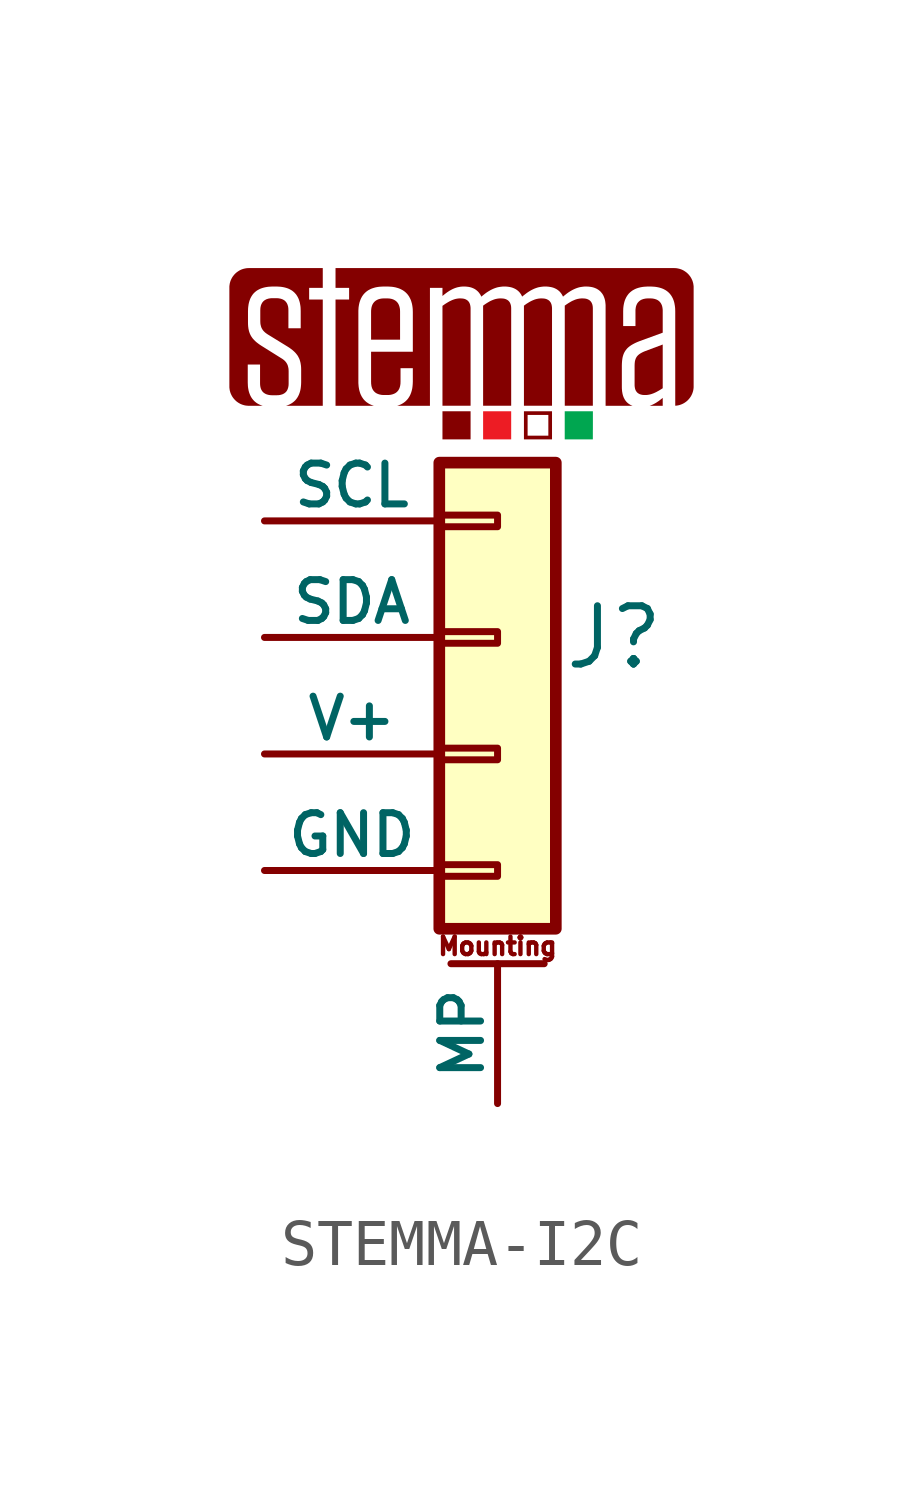
<source format=kicad_sym>
(kicad_symbol_lib
  (version 20231120)
  (generator "kicad_symbol_editor")
  (generator_version "8.0")
  (symbol "STEMMA-I2C"
    (pin_numbers hide)
    (pin_names
      (offset 0))
    (property "Reference" "J"
      (at 2.54 0 0)
      (effects (font (size 1.27 1.27))))
    (symbol "STEMMA-I2C_1_0"
      (polyline (pts (xy -0.588 4.317) (xy -1.201 4.317) (xy -1.201 4.93) (xy -0.588 4.93) (xy -0.588 4.317)) (stroke (width -0.0001) (type solid)) (fill (type outline)))
      (polyline (pts (xy 0.297 4.317) (xy -0.315 4.317) (xy -0.315 4.93) (xy 0.297 4.93) (xy 0.297 4.317)) (stroke (width -0.0001) (type solid)) (fill (type color) (color 237 28 36 1)))
      (polyline (pts (xy 2.078 4.527) (xy 2.077 4.527) (xy 2.077 4.317) (xy 1.464 4.317) (xy 1.464 4.93) (xy 2.078 4.93) (xy 2.078 4.527)) (stroke (width -0.0001) (type solid)) (fill (type color) (color 0 166 80 1)))
      (polyline (pts (xy 1.187 4.317) (xy 0.575 4.317) (xy 0.575 4.398) (xy 0.655 4.398) (xy 1.107 4.398) (xy 1.107 4.85) (xy 0.655 4.85) (xy 0.655 4.398) (xy 0.575 4.398) (xy 0.575 4.93) (xy 1.187 4.93) (xy 1.187 4.317)) (stroke (width -0.0001) (type solid)) (fill (type outline)))
      (polyline (pts (xy 3.6 5.049) (xy 3.314 5.049) (xy 3.334 5.056) (xy 3.354 5.064) (xy 3.373 5.072) (xy 3.392 5.081) (xy 3.41 5.09) (xy 3.428 5.1) (xy 3.446 5.11) (xy 3.464 5.121) (xy 3.481 5.133) (xy 3.499 5.144) (xy 3.516 5.156) (xy 3.533 5.169) (xy 3.566 5.195) (xy 3.6 5.222) (xy 3.6 5.049)) (stroke (width -0.0001) (type solid)) (fill (type outline)))
      (polyline (pts (xy -0.782 7.389) (xy -0.77 7.388) (xy -0.758 7.387) (xy -0.746 7.385) (xy -0.735 7.383) (xy -0.724 7.38) (xy -0.713 7.377) (xy -0.703 7.373) (xy -0.694 7.369) (xy -0.684 7.364) (xy -0.676 7.359) (xy -0.667 7.354) (xy -0.659 7.348) (xy -0.652 7.342) (xy -0.644 7.335) (xy -0.638 7.328) (xy -0.631 7.32) (xy -0.625 7.312) (xy -0.62 7.304) (xy -0.615 7.295) (xy -0.61 7.285) (xy -0.606 7.275) (xy -0.602 7.265) (xy -0.599 7.254) (xy -0.596 7.243) (xy -0.594 7.231) (xy -0.592 7.219) (xy -0.59 7.206) (xy -0.589 7.193) (xy -0.588 7.179) (xy -0.588 7.165) (xy -0.588 5.051) (xy -1.201 5.051) (xy -1.201 7.228) (xy -1.172 7.248) (xy -1.144 7.268) (xy -1.117 7.285) (xy -1.091 7.301) (xy -1.065 7.316) (xy -1.04 7.33) (xy -1.016 7.341) (xy -0.993 7.352) (xy -0.97 7.361) (xy -0.947 7.369) (xy -0.924 7.376) (xy -0.902 7.381) (xy -0.88 7.385) (xy -0.858 7.388) (xy -0.836 7.39) (xy -0.813 7.39) (xy -0.808 7.39) (xy -0.782 7.389)) (stroke (width -0.0001) (type solid)) (fill (type outline)))
      (polyline (pts (xy 0.099 7.389) (xy 0.112 7.388) (xy 0.125 7.387) (xy 0.137 7.385) (xy 0.148 7.383) (xy 0.16 7.38) (xy 0.17 7.377) (xy 0.18 7.373) (xy 0.19 7.369) (xy 0.2 7.364) (xy 0.209 7.359) (xy 0.217 7.354) (xy 0.226 7.348) (xy 0.233 7.342) (xy 0.241 7.335) (xy 0.247 7.328) (xy 0.254 7.32) (xy 0.26 7.312) (xy 0.265 7.304) (xy 0.271 7.295) (xy 0.275 7.285) (xy 0.279 7.275) (xy 0.283 7.265) (xy 0.286 7.254) (xy 0.289 7.243) (xy 0.292 7.231) (xy 0.294 7.219) (xy 0.295 7.206) (xy 0.296 7.193) (xy 0.297 7.179) (xy 0.297 7.165) (xy 0.297 5.051) (xy -0.315 5.051) (xy -0.315 7.232) (xy -0.285 7.254) (xy -0.257 7.273) (xy -0.229 7.291) (xy -0.202 7.307) (xy -0.177 7.322) (xy -0.152 7.335) (xy -0.128 7.346) (xy -0.104 7.356) (xy -0.081 7.365) (xy -0.059 7.372) (xy -0.037 7.378) (xy -0.016 7.382) (xy 0.005 7.386) (xy 0.026 7.388) (xy 0.047 7.39) (xy 0.068 7.39) (xy 0.072 7.39) (xy 0.099 7.389)) (stroke (width -0.0001) (type solid)) (fill (type outline)))
      (polyline (pts (xy 0.989 7.389) (xy 1.002 7.388) (xy 1.014 7.387) (xy 1.026 7.385) (xy 1.038 7.383) (xy 1.049 7.38) (xy 1.06 7.377) (xy 1.07 7.373) (xy 1.08 7.369) (xy 1.089 7.364) (xy 1.098 7.359) (xy 1.107 7.354) (xy 1.115 7.348) (xy 1.123 7.342) (xy 1.13 7.335) (xy 1.137 7.328) (xy 1.143 7.32) (xy 1.149 7.312) (xy 1.155 7.304) (xy 1.16 7.295) (xy 1.165 7.285) (xy 1.169 7.275) (xy 1.173 7.265) (xy 1.176 7.254) (xy 1.179 7.243) (xy 1.181 7.231) (xy 1.183 7.219) (xy 1.185 7.206) (xy 1.186 7.193) (xy 1.187 7.179) (xy 1.187 7.165) (xy 1.187 5.051) (xy 0.575 5.051) (xy 0.575 7.218) (xy 0.575 7.22) (xy 0.575 7.222) (xy 0.575 7.225) (xy 0.575 7.229) (xy 0.575 7.232) (xy 0.605 7.254) (xy 0.633 7.274) (xy 0.661 7.291) (xy 0.688 7.308) (xy 0.713 7.322) (xy 0.738 7.335) (xy 0.762 7.346) (xy 0.786 7.356) (xy 0.808 7.365) (xy 0.831 7.372) (xy 0.853 7.378) (xy 0.874 7.382) (xy 0.895 7.386) (xy 0.916 7.388) (xy 0.937 7.39) (xy 0.957 7.39) (xy 0.962 7.39) (xy 0.989 7.389)) (stroke (width -0.0001) (type solid)) (fill (type outline)))
      (polyline (pts (xy 1.879 7.389) (xy 1.892 7.388) (xy 1.905 7.387) (xy 1.917 7.385) (xy 1.928 7.383) (xy 1.94 7.38) (xy 1.95 7.377) (xy 1.96 7.373) (xy 1.97 7.369) (xy 1.98 7.364) (xy 1.989 7.359) (xy 1.997 7.354) (xy 2.006 7.348) (xy 2.013 7.342) (xy 2.021 7.335) (xy 2.027 7.328) (xy 2.034 7.32) (xy 2.04 7.312) (xy 2.045 7.304) (xy 2.05 7.295) (xy 2.055 7.285) (xy 2.059 7.275) (xy 2.063 7.265) (xy 2.067 7.254) (xy 2.069 7.243) (xy 2.072 7.231) (xy 2.074 7.219) (xy 2.075 7.206) (xy 2.076 7.193) (xy 2.077 7.179) (xy 2.077 7.165) (xy 2.077 5.051) (xy 1.465 5.051) (xy 1.465 7.218) (xy 1.465 7.22) (xy 1.465 7.222) (xy 1.464 7.227) (xy 1.464 7.231) (xy 1.464 7.236) (xy 1.465 7.232) (xy 1.495 7.254) (xy 1.523 7.273) (xy 1.551 7.291) (xy 1.578 7.307) (xy 1.603 7.322) (xy 1.628 7.335) (xy 1.653 7.346) (xy 1.676 7.356) (xy 1.699 7.365) (xy 1.721 7.372) (xy 1.743 7.378) (xy 1.764 7.382) (xy 1.785 7.386) (xy 1.806 7.388) (xy 1.827 7.39) (xy 1.848 7.39) (xy 1.852 7.39) (xy 1.879 7.389)) (stroke (width -0.0001) (type solid)) (fill (type outline)))
      (polyline (pts (xy -2.394 7.39) (xy -2.377 7.389) (xy -2.361 7.388) (xy -2.345 7.386) (xy -2.329 7.383) (xy -2.314 7.38) (xy -2.3 7.376) (xy -2.287 7.372) (xy -2.273 7.367) (xy -2.261 7.361) (xy -2.249 7.355) (xy -2.237 7.348) (xy -2.226 7.341) (xy -2.216 7.333) (xy -2.206 7.325) (xy -2.197 7.316) (xy -2.188 7.307) (xy -2.18 7.296) (xy -2.172 7.286) (xy -2.165 7.275) (xy -2.159 7.263) (xy -2.153 7.251) (xy -2.148 7.238) (xy -2.143 7.225) (xy -2.139 7.211) (xy -2.135 7.196) (xy -2.132 7.181) (xy -2.129 7.166) (xy -2.127 7.15) (xy -2.126 7.133) (xy -2.125 7.098) (xy -2.125 6.49) (xy -2.757 6.49) (xy -2.757 7.098) (xy -2.756 7.133) (xy -2.754 7.15) (xy -2.752 7.166) (xy -2.75 7.181) (xy -2.747 7.196) (xy -2.743 7.211) (xy -2.739 7.225) (xy -2.734 7.238) (xy -2.729 7.251) (xy -2.723 7.263) (xy -2.716 7.275) (xy -2.709 7.286) (xy -2.701 7.296) (xy -2.693 7.307) (xy -2.684 7.316) (xy -2.675 7.325) (xy -2.665 7.333) (xy -2.655 7.341) (xy -2.643 7.348) (xy -2.632 7.355) (xy -2.619 7.361) (xy -2.607 7.367) (xy -2.593 7.372) (xy -2.579 7.376) (xy -2.565 7.38) (xy -2.549 7.383) (xy -2.534 7.386) (xy -2.517 7.388) (xy -2.5 7.389) (xy -2.483 7.39) (xy -2.465 7.39) (xy -2.412 7.39) (xy -2.394 7.39)) (stroke (width -0.0001) (type solid)) (fill (type outline)))
      (polyline (pts (xy 3.6 5.432) (xy 3.572 5.414) (xy 3.544 5.397) (xy 3.518 5.381) (xy 3.492 5.367) (xy 3.467 5.353) (xy 3.443 5.341) (xy 3.419 5.33) (xy 3.396 5.32) (xy 3.373 5.312) (xy 3.35 5.304) (xy 3.328 5.298) (xy 3.306 5.293) (xy 3.284 5.289) (xy 3.261 5.286) (xy 3.239 5.284) (xy 3.217 5.284) (xy 3.212 5.284) (xy 3.185 5.285) (xy 3.172 5.286) (xy 3.16 5.287) (xy 3.148 5.289) (xy 3.136 5.292) (xy 3.125 5.294) (xy 3.114 5.298) (xy 3.104 5.301) (xy 3.094 5.305) (xy 3.085 5.31) (xy 3.076 5.315) (xy 3.067 5.32) (xy 3.059 5.326) (xy 3.051 5.332) (xy 3.044 5.339) (xy 3.037 5.346) (xy 3.031 5.354) (xy 3.025 5.362) (xy 3.019 5.37) (xy 3.014 5.379) (xy 3.009 5.389) (xy 3.005 5.399) (xy 3.001 5.409) (xy 2.998 5.42) (xy 2.995 5.431) (xy 2.993 5.443) (xy 2.991 5.455) (xy 2.989 5.468) (xy 2.988 5.481) (xy 2.987 5.495) (xy 2.987 5.509) (xy 2.987 5.925) (xy 2.988 5.956) (xy 2.99 5.984) (xy 2.993 6.011) (xy 2.995 6.023) (xy 2.998 6.035) (xy 3.001 6.047) (xy 3.005 6.058) (xy 3.008 6.069) (xy 3.013 6.08) (xy 3.017 6.09) (xy 3.023 6.1) (xy 3.028 6.109) (xy 3.034 6.119) (xy 3.041 6.128) (xy 3.048 6.136) (xy 3.056 6.145) (xy 3.064 6.153) (xy 3.073 6.161) (xy 3.082 6.168) (xy 3.092 6.176) (xy 3.102 6.183) (xy 3.113 6.19) (xy 3.125 6.197) (xy 3.15 6.211) (xy 3.177 6.224) (xy 3.207 6.237) (xy 3.6 6.385) (xy 3.6 5.432)) (stroke (width -0.0001) (type solid)) (fill (type outline)))
      (polyline (pts (xy -3.81 7.62) (xy -4.107 7.62) (xy -4.107 7.366) (xy -3.81 7.366) (xy -3.81 5.049) (xy -4.611 5.049) (xy -4.572 5.063) (xy -4.534 5.079) (xy -4.499 5.098) (xy -4.467 5.119) (xy -4.438 5.142) (xy -4.41 5.168) (xy -4.386 5.197) (xy -4.364 5.228) (xy -4.345 5.261) (xy -4.328 5.297) (xy -4.314 5.335) (xy -4.302 5.376) (xy -4.293 5.419) (xy -4.287 5.464) (xy -4.283 5.512) (xy -4.281 5.561) (xy -4.281 5.834) (xy -4.282 5.879) (xy -4.285 5.921) (xy -4.288 5.941) (xy -4.291 5.96) (xy -4.294 5.979) (xy -4.298 5.998) (xy -4.303 6.016) (xy -4.308 6.033) (xy -4.313 6.05) (xy -4.319 6.067) (xy -4.326 6.083) (xy -4.334 6.098) (xy -4.342 6.114) (xy -4.35 6.129) (xy -4.359 6.144) (xy -4.369 6.158) (xy -4.38 6.172) (xy -4.391 6.186) (xy -4.402 6.199) (xy -4.414 6.212) (xy -4.427 6.225) (xy -4.441 6.238) (xy -4.47 6.264) (xy -4.502 6.288) (xy -4.536 6.313) (xy -4.573 6.337) (xy -5.009 6.605) (xy -5.03 6.619) (xy -5.049 6.633) (xy -5.067 6.647) (xy -5.083 6.662) (xy -5.098 6.677) (xy -5.111 6.692) (xy -5.123 6.709) (xy -5.133 6.726) (xy -5.143 6.744) (xy -5.151 6.763) (xy -5.157 6.782) (xy -5.162 6.803) (xy -5.167 6.825) (xy -5.17 6.848) (xy -5.171 6.872) (xy -5.172 6.897) (xy -5.172 7.132) (xy -5.171 7.148) (xy -5.171 7.163) (xy -5.169 7.178) (xy -5.168 7.192) (xy -5.165 7.207) (xy -5.162 7.22) (xy -5.159 7.233) (xy -5.155 7.245) (xy -5.15 7.258) (xy -5.145 7.269) (xy -5.139 7.28) (xy -5.133 7.291) (xy -5.127 7.301) (xy -5.12 7.31) (xy -5.112 7.319) (xy -5.104 7.328) (xy -5.095 7.336) (xy -5.085 7.344) (xy -5.076 7.351) (xy -5.065 7.357) (xy -5.054 7.363) (xy -5.043 7.369) (xy -5.031 7.374) (xy -5.018 7.378) (xy -5.005 7.382) (xy -4.992 7.386) (xy -4.978 7.388) (xy -4.963 7.391) (xy -4.948 7.393) (xy -4.932 7.394) (xy -4.916 7.395) (xy -4.899 7.395) (xy -4.832 7.395) (xy -4.815 7.395) (xy -4.798 7.394) (xy -4.782 7.393) (xy -4.767 7.391) (xy -4.752 7.388) (xy -4.737 7.386) (xy -4.724 7.382) (xy -4.71 7.378) (xy -4.698 7.374) (xy -4.686 7.369) (xy -4.674 7.363) (xy -4.663 7.357) (xy -4.653 7.351) (xy -4.643 7.344) (xy -4.634 7.336) (xy -4.625 7.328) (xy -4.617 7.319) (xy -4.61 7.31) (xy -4.603 7.301) (xy -4.596 7.291) (xy -4.59 7.28) (xy -4.585 7.269) (xy -4.58 7.258) (xy -4.575 7.245) (xy -4.572 7.233) (xy -4.568 7.22) (xy -4.565 7.207) (xy -4.563 7.192) (xy -4.561 7.178) (xy -4.56 7.163) (xy -4.559 7.132) (xy -4.559 6.739) (xy -4.291 6.739) (xy -4.291 7.113) (xy -4.293 7.176) (xy -4.295 7.207) (xy -4.299 7.236) (xy -4.304 7.264) (xy -4.309 7.292) (xy -4.316 7.318) (xy -4.324 7.344) (xy -4.332 7.368) (xy -4.342 7.392) (xy -4.353 7.414) (xy -4.365 7.436) (xy -4.378 7.456) (xy -4.391 7.476) (xy -4.407 7.494) (xy -4.423 7.512) (xy -4.44 7.528) (xy -4.458 7.543) (xy -4.477 7.558) (xy -4.498 7.571) (xy -4.519 7.583) (xy -4.542 7.595) (xy -4.565 7.605) (xy -4.59 7.614) (xy -4.616 7.622) (xy -4.643 7.629) (xy -4.67 7.635) (xy -4.7 7.64) (xy -4.73 7.644) (xy -4.761 7.646) (xy -4.793 7.648) (xy -4.827 7.649) (xy -4.894 7.649) (xy -4.928 7.648) (xy -4.961 7.646) (xy -4.993 7.644) (xy -5.023 7.64) (xy -5.053 7.635) (xy -5.081 7.629) (xy -5.109 7.622) (xy -5.135 7.614) (xy -5.16 7.605) (xy -5.184 7.595) (xy -5.207 7.583) (xy -5.229 7.571) (xy -5.25 7.558) (xy -5.269 7.543) (xy -5.288 7.528) (xy -5.305 7.511) (xy -5.322 7.494) (xy -5.337 7.475) (xy -5.351 7.455) (xy -5.364 7.435) (xy -5.376 7.413) (xy -5.388 7.39) (xy -5.397 7.367) (xy -5.406 7.342) (xy -5.414 7.316) (xy -5.421 7.289) (xy -5.427 7.261) (xy -5.431 7.233) (xy -5.435 7.203) (xy -5.438 7.172) (xy -5.44 7.108) (xy -5.44 6.864) (xy -5.439 6.818) (xy -5.436 6.776) (xy -5.433 6.756) (xy -5.431 6.736) (xy -5.427 6.717) (xy -5.423 6.698) (xy -5.419 6.68) (xy -5.414 6.663) (xy -5.408 6.646) (xy -5.402 6.629) (xy -5.395 6.613) (xy -5.388 6.598) (xy -5.38 6.582) (xy -5.372 6.567) (xy -5.362 6.553) (xy -5.353 6.539) (xy -5.343 6.525) (xy -5.332 6.511) (xy -5.32 6.498) (xy -5.308 6.485) (xy -5.282 6.459) (xy -5.254 6.434) (xy -5.223 6.41) (xy -5.189 6.385) (xy -5.153 6.361) (xy -4.717 6.088) (xy -4.696 6.075) (xy -4.677 6.062) (xy -4.659 6.048) (xy -4.643 6.034) (xy -4.628 6.019) (xy -4.615 6.003) (xy -4.603 5.987) (xy -4.593 5.97) (xy -4.583 5.952) (xy -4.575 5.933) (xy -4.569 5.913) (xy -4.564 5.893) (xy -4.559 5.871) (xy -4.556 5.849) (xy -4.555 5.825) (xy -4.554 5.801) (xy -4.554 5.538) (xy -4.555 5.506) (xy -4.556 5.491) (xy -4.558 5.477) (xy -4.561 5.463) (xy -4.563 5.45) (xy -4.567 5.437) (xy -4.571 5.425) (xy -4.575 5.413) (xy -4.58 5.401) (xy -4.585 5.391) (xy -4.591 5.38) (xy -4.598 5.37) (xy -4.604 5.361) (xy -4.612 5.352) (xy -4.62 5.344) (xy -4.629 5.336) (xy -4.638 5.329) (xy -4.647 5.322) (xy -4.658 5.316) (xy -4.668 5.31) (xy -4.679 5.304) (xy -4.691 5.3) (xy -4.704 5.295) (xy -4.717 5.292) (xy -4.73 5.288) (xy -4.744 5.285) (xy -4.759 5.283) (xy -4.774 5.281) (xy -4.789 5.28) (xy -4.822 5.279) (xy -4.904 5.279) (xy -4.92 5.279) (xy -4.937 5.28) (xy -4.952 5.281) (xy -4.968 5.283) (xy -4.982 5.285) (xy -4.996 5.288) (xy -5.01 5.292) (xy -5.023 5.295) (xy -5.036 5.3) (xy -5.048 5.304) (xy -5.059 5.31) (xy -5.07 5.316) (xy -5.08 5.322) (xy -5.09 5.329) (xy -5.1 5.336) (xy -5.108 5.344) (xy -5.117 5.352) (xy -5.124 5.361) (xy -5.131 5.37) (xy -5.138 5.38) (xy -5.144 5.391) (xy -5.15 5.401) (xy -5.155 5.413) (xy -5.16 5.425) (xy -5.163 5.437) (xy -5.167 5.45) (xy -5.17 5.463) (xy -5.172 5.477) (xy -5.174 5.491) (xy -5.176 5.506) (xy -5.176 5.522) (xy -5.177 5.538) (xy -5.177 5.949) (xy -5.445 5.949) (xy -5.445 5.557) (xy -5.443 5.508) (xy -5.442 5.484) (xy -5.44 5.461) (xy -5.437 5.438) (xy -5.433 5.416) (xy -5.429 5.395) (xy -5.425 5.374) (xy -5.419 5.353) (xy -5.413 5.333) (xy -5.406 5.314) (xy -5.399 5.296) (xy -5.391 5.278) (xy -5.383 5.26) (xy -5.373 5.243) (xy -5.364 5.227) (xy -5.353 5.211) (xy -5.342 5.196) (xy -5.33 5.182) (xy -5.318 5.168) (xy -5.305 5.154) (xy -5.291 5.142) (xy -5.277 5.13) (xy -5.262 5.118) (xy -5.246 5.107) (xy -5.23 5.097) (xy -5.213 5.088) (xy -5.196 5.079) (xy -5.177 5.071) (xy -5.159 5.063) (xy -5.139 5.056) (xy -5.119 5.049) (xy -5.422 5.049) (xy -5.444 5.05) (xy -5.465 5.052) (xy -5.486 5.054) (xy -5.507 5.058) (xy -5.528 5.063) (xy -5.548 5.069) (xy -5.568 5.075) (xy -5.587 5.083) (xy -5.606 5.091) (xy -5.624 5.101) (xy -5.642 5.111) (xy -5.659 5.122) (xy -5.676 5.134) (xy -5.692 5.146) (xy -5.707 5.16) (xy -5.722 5.174) (xy -5.736 5.189) (xy -5.749 5.204) (xy -5.762 5.22) (xy -5.774 5.237) (xy -5.785 5.254) (xy -5.795 5.272) (xy -5.804 5.29) (xy -5.813 5.309) (xy -5.821 5.328) (xy -5.827 5.348) (xy -5.833 5.368) (xy -5.838 5.388) (xy -5.841 5.409) (xy -5.844 5.431) (xy -5.846 5.452) (xy -5.846 5.474) (xy -5.846 7.626) (xy -5.846 7.648) (xy -5.844 7.67) (xy -5.841 7.691) (xy -5.838 7.712) (xy -5.833 7.732) (xy -5.827 7.753) (xy -5.821 7.772) (xy -5.813 7.792) (xy -5.804 7.81) (xy -5.795 7.829) (xy -5.785 7.846) (xy -5.774 7.864) (xy -5.762 7.88) (xy -5.749 7.896) (xy -5.736 7.912) (xy -5.722 7.926) (xy -5.707 7.941) (xy -5.692 7.954) (xy -5.676 7.966) (xy -5.659 7.978) (xy -5.642 7.989) (xy -5.624 8) (xy -5.606 8.009) (xy -5.587 8.018) (xy -5.568 8.025) (xy -5.548 8.032) (xy -5.528 8.037) (xy -5.507 8.042) (xy -5.486 8.046) (xy -5.465 8.049) (xy -5.444 8.05) (xy -5.422 8.051) (xy -3.81 8.051) (xy -3.81 7.62)) (stroke (width -0.0001) (type solid)) (fill (type outline)))
      (polyline (pts (xy 3.872 8.05) (xy 3.893 8.049) (xy 3.914 8.046) (xy 3.935 8.042) (xy 3.956 8.037) (xy 3.976 8.032) (xy 3.996 8.025) (xy 4.015 8.018) (xy 4.034 8.009) (xy 4.052 8) (xy 4.07 7.989) (xy 4.087 7.978) (xy 4.104 7.966) (xy 4.12 7.954) (xy 4.135 7.941) (xy 4.15 7.926) (xy 4.164 7.912) (xy 4.177 7.896) (xy 4.19 7.88) (xy 4.202 7.864) (xy 4.213 7.846) (xy 4.223 7.829) (xy 4.232 7.81) (xy 4.241 7.792) (xy 4.249 7.772) (xy 4.255 7.753) (xy 4.261 7.732) (xy 4.266 7.712) (xy 4.269 7.691) (xy 4.272 7.67) (xy 4.274 7.648) (xy 4.274 7.626) (xy 4.274 5.474) (xy 4.274 5.453) (xy 4.272 5.432) (xy 4.27 5.412) (xy 4.266 5.391) (xy 4.262 5.371) (xy 4.256 5.352) (xy 4.25 5.333) (xy 4.243 5.314) (xy 4.235 5.296) (xy 4.226 5.278) (xy 4.217 5.26) (xy 4.206 5.244) (xy 4.195 5.227) (xy 4.183 5.212) (xy 4.171 5.196) (xy 4.157 5.182) (xy 4.144 5.168) (xy 4.129 5.154) (xy 4.114 5.142) (xy 4.098 5.13) (xy 4.082 5.119) (xy 4.065 5.108) (xy 4.048 5.099) (xy 4.03 5.09) (xy 4.012 5.082) (xy 3.993 5.075) (xy 3.974 5.068) (xy 3.954 5.063) (xy 3.934 5.058) (xy 3.914 5.055) (xy 3.894 5.052) (xy 3.873 5.051) (xy 3.873 7.108) (xy 3.872 7.141) (xy 3.871 7.172) (xy 3.868 7.203) (xy 3.864 7.233) (xy 3.859 7.261) (xy 3.854 7.289) (xy 3.847 7.316) (xy 3.839 7.342) (xy 3.83 7.366) (xy 3.82 7.39) (xy 3.808 7.413) (xy 3.796 7.435) (xy 3.783 7.455) (xy 3.768 7.475) (xy 3.753 7.494) (xy 3.736 7.511) (xy 3.719 7.528) (xy 3.7 7.543) (xy 3.68 7.558) (xy 3.66 7.571) (xy 3.638 7.583) (xy 3.615 7.595) (xy 3.591 7.605) (xy 3.566 7.614) (xy 3.54 7.622) (xy 3.513 7.629) (xy 3.484 7.635) (xy 3.455 7.64) (xy 3.425 7.644) (xy 3.393 7.646) (xy 3.361 7.648) (xy 3.327 7.649) (xy 3.289 7.649) (xy 3.255 7.648) (xy 3.223 7.646) (xy 3.191 7.644) (xy 3.161 7.64) (xy 3.131 7.635) (xy 3.103 7.629) (xy 3.075 7.622) (xy 3.049 7.614) (xy 3.024 7.605) (xy 3 7.595) (xy 2.977 7.583) (xy 2.955 7.571) (xy 2.934 7.558) (xy 2.914 7.543) (xy 2.895 7.528) (xy 2.877 7.511) (xy 2.86 7.494) (xy 2.845 7.475) (xy 2.83 7.455) (xy 2.817 7.435) (xy 2.804 7.413) (xy 2.793 7.39) (xy 2.782 7.366) (xy 2.773 7.342) (xy 2.765 7.316) (xy 2.758 7.289) (xy 2.752 7.261) (xy 2.747 7.233) (xy 2.743 7.203) (xy 2.74 7.172) (xy 2.739 7.141) (xy 2.738 7.108) (xy 2.738 6.787) (xy 3.006 6.787) (xy 3.006 7.117) (xy 3.006 7.134) (xy 3.007 7.15) (xy 3.009 7.165) (xy 3.011 7.18) (xy 3.013 7.194) (xy 3.016 7.208) (xy 3.02 7.222) (xy 3.024 7.235) (xy 3.029 7.247) (xy 3.034 7.259) (xy 3.04 7.271) (xy 3.046 7.282) (xy 3.053 7.292) (xy 3.061 7.302) (xy 3.069 7.311) (xy 3.078 7.32) (xy 3.087 7.329) (xy 3.096 7.336) (xy 3.107 7.344) (xy 3.117 7.351) (xy 3.129 7.357) (xy 3.14 7.363) (xy 3.153 7.368) (xy 3.166 7.372) (xy 3.179 7.377) (xy 3.193 7.38) (xy 3.208 7.383) (xy 3.223 7.386) (xy 3.239 7.388) (xy 3.255 7.389) (xy 3.272 7.39) (xy 3.289 7.39) (xy 3.322 7.39) (xy 3.339 7.39) (xy 3.356 7.389) (xy 3.372 7.388) (xy 3.388 7.386) (xy 3.403 7.383) (xy 3.417 7.38) (xy 3.431 7.377) (xy 3.444 7.372) (xy 3.457 7.368) (xy 3.469 7.363) (xy 3.481 7.357) (xy 3.492 7.351) (xy 3.503 7.344) (xy 3.513 7.336) (xy 3.522 7.329) (xy 3.531 7.32) (xy 3.539 7.311) (xy 3.547 7.302) (xy 3.554 7.292) (xy 3.561 7.282) (xy 3.567 7.271) (xy 3.573 7.259) (xy 3.578 7.247) (xy 3.583 7.235) (xy 3.587 7.222) (xy 3.59 7.208) (xy 3.593 7.194) (xy 3.596 7.18) (xy 3.597 7.165) (xy 3.599 7.15) (xy 3.6 7.134) (xy 3.6 7.117) (xy 3.6 6.643) (xy 3.092 6.457) (xy 3.042 6.437) (xy 2.996 6.416) (xy 2.954 6.394) (xy 2.916 6.372) (xy 2.881 6.348) (xy 2.865 6.335) (xy 2.849 6.322) (xy 2.835 6.309) (xy 2.821 6.295) (xy 2.809 6.28) (xy 2.797 6.265) (xy 2.786 6.25) (xy 2.776 6.234) (xy 2.766 6.217) (xy 2.757 6.199) (xy 2.749 6.181) (xy 2.742 6.162) (xy 2.736 6.143) (xy 2.73 6.123) (xy 2.725 6.102) (xy 2.721 6.08) (xy 2.715 6.034) (xy 2.711 5.984) (xy 2.709 5.93) (xy 2.709 5.456) (xy 2.71 5.417) (xy 2.712 5.399) (xy 2.713 5.38) (xy 2.715 5.362) (xy 2.718 5.345) (xy 2.721 5.328) (xy 2.724 5.311) (xy 2.728 5.295) (xy 2.732 5.28) (xy 2.737 5.264) (xy 2.742 5.25) (xy 2.748 5.235) (xy 2.754 5.221) (xy 2.761 5.208) (xy 2.768 5.195) (xy 2.775 5.182) (xy 2.783 5.17) (xy 2.792 5.158) (xy 2.801 5.147) (xy 2.81 5.136) (xy 2.82 5.126) (xy 2.83 5.116) (xy 2.841 5.107) (xy 2.852 5.098) (xy 2.864 5.09) (xy 2.876 5.082) (xy 2.888 5.074) (xy 2.901 5.067) (xy 2.914 5.061) (xy 2.928 5.055) (xy 2.943 5.049) (xy 2.355 5.049) (xy 2.355 7.218) (xy 2.355 7.243) (xy 2.353 7.267) (xy 2.351 7.29) (xy 2.348 7.313) (xy 2.345 7.336) (xy 2.34 7.357) (xy 2.335 7.378) (xy 2.328 7.398) (xy 2.321 7.418) (xy 2.313 7.437) (xy 2.305 7.455) (xy 2.295 7.472) (xy 2.285 7.489) (xy 2.273 7.504) (xy 2.261 7.519) (xy 2.249 7.534) (xy 2.235 7.547) (xy 2.22 7.56) (xy 2.205 7.572) (xy 2.189 7.583) (xy 2.172 7.593) (xy 2.155 7.603) (xy 2.136 7.611) (xy 2.117 7.619) (xy 2.097 7.626) (xy 2.076 7.632) (xy 2.054 7.637) (xy 2.032 7.641) (xy 2.008 7.644) (xy 1.984 7.647) (xy 1.959 7.648) (xy 1.934 7.649) (xy 1.924 7.649) (xy 1.888 7.648) (xy 1.853 7.644) (xy 1.819 7.639) (xy 1.785 7.633) (xy 1.753 7.624) (xy 1.721 7.613) (xy 1.69 7.601) (xy 1.659 7.587) (xy 1.629 7.572) (xy 1.599 7.555) (xy 1.57 7.537) (xy 1.541 7.518) (xy 1.512 7.497) (xy 1.484 7.475) (xy 1.455 7.452) (xy 1.426 7.428) (xy 1.427 7.427) (xy 1.415 7.452) (xy 1.401 7.477) (xy 1.386 7.5) (xy 1.369 7.521) (xy 1.351 7.541) (xy 1.331 7.559) (xy 1.309 7.576) (xy 1.286 7.591) (xy 1.261 7.604) (xy 1.235 7.616) (xy 1.207 7.626) (xy 1.177 7.634) (xy 1.146 7.64) (xy 1.113 7.645) (xy 1.079 7.648) (xy 1.043 7.649) (xy 1.034 7.649) (xy 0.998 7.648) (xy 0.962 7.644) (xy 0.928 7.639) (xy 0.895 7.633) (xy 0.862 7.624) (xy 0.831 7.613) (xy 0.799 7.601) (xy 0.769 7.587) (xy 0.739 7.572) (xy 0.709 7.555) (xy 0.68 7.537) (xy 0.651 7.518) (xy 0.622 7.497) (xy 0.594 7.475) (xy 0.565 7.453) (xy 0.536 7.429) (xy 0.524 7.454) (xy 0.511 7.478) (xy 0.495 7.501) (xy 0.479 7.522) (xy 0.46 7.542) (xy 0.44 7.56) (xy 0.419 7.576) (xy 0.396 7.591) (xy 0.371 7.604) (xy 0.344 7.616) (xy 0.317 7.626) (xy 0.287 7.634) (xy 0.256 7.64) (xy 0.224 7.645) (xy 0.19 7.648) (xy 0.154 7.649) (xy 0.144 7.649) (xy 0.108 7.648) (xy 0.073 7.644) (xy 0.038 7.639) (xy 0.005 7.633) (xy -0.027 7.624) (xy -0.059 7.613) (xy -0.09 7.601) (xy -0.121 7.587) (xy -0.151 7.572) (xy -0.18 7.555) (xy -0.21 7.537) (xy -0.239 7.518) (xy -0.268 7.497) (xy -0.296 7.475) (xy -0.325 7.452) (xy -0.354 7.428) (xy -0.366 7.455) (xy -0.38 7.479) (xy -0.396 7.502) (xy -0.413 7.524) (xy -0.431 7.543) (xy -0.451 7.561) (xy -0.473 7.578) (xy -0.495 7.593) (xy -0.52 7.606) (xy -0.545 7.617) (xy -0.572 7.627) (xy -0.601 7.635) (xy -0.63 7.641) (xy -0.661 7.645) (xy -0.694 7.648) (xy -0.727 7.649) (xy -0.737 7.649) (xy -0.772 7.648) (xy -0.806 7.645) (xy -0.839 7.639) (xy -0.87 7.633) (xy -0.901 7.624) (xy -0.931 7.614) (xy -0.96 7.602) (xy -0.989 7.589) (xy -1.016 7.574) (xy -1.044 7.559) (xy -1.07 7.542) (xy -1.097 7.524) (xy -1.123 7.505) (xy -1.149 7.485) (xy -1.201 7.443) (xy -1.201 7.62) (xy -1.474 7.62) (xy -1.474 5.049) (xy -2.189 5.049) (xy -2.148 5.063) (xy -2.109 5.079) (xy -2.074 5.098) (xy -2.04 5.12) (xy -2.01 5.144) (xy -1.982 5.171) (xy -1.956 5.2) (xy -1.934 5.232) (xy -1.913 5.267) (xy -1.896 5.304) (xy -1.881 5.344) (xy -1.869 5.386) (xy -1.859 5.431) (xy -1.853 5.478) (xy -1.849 5.528) (xy -1.847 5.581) (xy -1.847 5.868) (xy -2.115 5.868) (xy -2.115 5.571) (xy -2.116 5.553) (xy -2.116 5.536) (xy -2.118 5.52) (xy -2.12 5.504) (xy -2.123 5.488) (xy -2.126 5.473) (xy -2.13 5.459) (xy -2.134 5.446) (xy -2.139 5.432) (xy -2.144 5.42) (xy -2.151 5.408) (xy -2.157 5.396) (xy -2.164 5.385) (xy -2.172 5.375) (xy -2.181 5.365) (xy -2.189 5.356) (xy -2.199 5.347) (xy -2.209 5.339) (xy -2.22 5.331) (xy -2.231 5.324) (xy -2.243 5.318) (xy -2.255 5.312) (xy -2.268 5.307) (xy -2.281 5.302) (xy -2.295 5.298) (xy -2.309 5.294) (xy -2.324 5.291) (xy -2.34 5.288) (xy -2.356 5.286) (xy -2.373 5.285) (xy -2.407 5.284) (xy -2.465 5.284) (xy -2.483 5.284) (xy -2.5 5.285) (xy -2.517 5.286) (xy -2.534 5.288) (xy -2.549 5.291) (xy -2.565 5.294) (xy -2.579 5.298) (xy -2.593 5.302) (xy -2.607 5.307) (xy -2.619 5.312) (xy -2.632 5.318) (xy -2.643 5.324) (xy -2.655 5.331) (xy -2.665 5.339) (xy -2.675 5.347) (xy -2.684 5.356) (xy -2.693 5.365) (xy -2.701 5.375) (xy -2.709 5.385) (xy -2.716 5.396) (xy -2.723 5.408) (xy -2.729 5.42) (xy -2.734 5.432) (xy -2.739 5.446) (xy -2.743 5.459) (xy -2.747 5.473) (xy -2.75 5.488) (xy -2.752 5.504) (xy -2.754 5.52) (xy -2.756 5.536) (xy -2.756 5.553) (xy -2.757 5.571) (xy -2.757 6.227) (xy -1.847 6.227) (xy -1.847 7.089) (xy -1.848 7.123) (xy -1.849 7.156) (xy -1.852 7.188) (xy -1.856 7.218) (xy -1.861 7.248) (xy -1.867 7.277) (xy -1.875 7.305) (xy -1.883 7.332) (xy -1.892 7.357) (xy -1.903 7.382) (xy -1.915 7.405) (xy -1.927 7.428) (xy -1.941 7.449) (xy -1.956 7.47) (xy -1.972 7.489) (xy -1.989 7.507) (xy -2.007 7.524) (xy -2.026 7.54) (xy -2.047 7.555) (xy -2.068 7.569) (xy -2.091 7.581) (xy -2.114 7.593) (xy -2.139 7.604) (xy -2.164 7.613) (xy -2.191 7.621) (xy -2.219 7.629) (xy -2.248 7.635) (xy -2.277 7.64) (xy -2.308 7.644) (xy -2.34 7.646) (xy -2.373 7.648) (xy -2.407 7.649) (xy -2.474 7.649) (xy -2.509 7.648) (xy -2.542 7.646) (xy -2.575 7.644) (xy -2.606 7.64) (xy -2.636 7.635) (xy -2.665 7.629) (xy -2.693 7.621) (xy -2.719 7.613) (xy -2.745 7.604) (xy -2.77 7.593) (xy -2.793 7.581) (xy -2.816 7.569) (xy -2.837 7.555) (xy -2.857 7.54) (xy -2.876 7.524) (xy -2.894 7.507) (xy -2.911 7.489) (xy -2.927 7.47) (xy -2.942 7.449) (xy -2.956 7.428) (xy -2.968 7.405) (xy -2.98 7.382) (xy -2.99 7.357) (xy -2.999 7.332) (xy -3.008 7.305) (xy -3.015 7.277) (xy -3.021 7.248) (xy -3.026 7.218) (xy -3.03 7.188) (xy -3.032 7.156) (xy -3.034 7.123) (xy -3.034 7.089) (xy -3.034 5.581) (xy -3.034 5.554) (xy -3.033 5.528) (xy -3.031 5.503) (xy -3.029 5.478) (xy -3.026 5.454) (xy -3.022 5.431) (xy -3.018 5.408) (xy -3.013 5.386) (xy -3.007 5.364) (xy -3.001 5.344) (xy -2.994 5.323) (xy -2.987 5.304) (xy -2.978 5.285) (xy -2.969 5.267) (xy -2.96 5.249) (xy -2.949 5.232) (xy -2.938 5.216) (xy -2.927 5.2) (xy -2.915 5.185) (xy -2.902 5.171) (xy -2.888 5.157) (xy -2.874 5.144) (xy -2.859 5.131) (xy -2.843 5.12) (xy -2.827 5.109) (xy -2.81 5.098) (xy -2.793 5.088) (xy -2.774 5.079) (xy -2.756 5.071) (xy -2.736 5.063) (xy -2.716 5.056) (xy -2.695 5.049) (xy -3.532 5.049) (xy -3.532 7.366) (xy -3.236 7.366) (xy -3.236 7.62) (xy -3.532 7.62) (xy -3.532 8.051) (xy 3.85 8.051) (xy 3.872 8.05)) (stroke (width -0.0001) (type solid)) (fill (type outline))))
    (symbol "STEMMA-I2C_1_1"
      (rectangle (start -1.27 -4.953) (end 0 -5.207) (stroke (width 0.152) (type default)) (fill (type none)))
      (rectangle (start -1.27 -2.413) (end 0 -2.667) (stroke (width 0.152) (type default)) (fill (type none)))
      (rectangle (start -1.27 0.127) (end 0 -0.127) (stroke (width 0.152) (type default)) (fill (type none)))
      (rectangle (start -1.27 2.667) (end 0 2.413) (stroke (width 0.152) (type default)) (fill (type none)))
      (rectangle (start -1.27 3.81) (end 1.27 -6.35) (stroke (width 0.254) (type default)) (fill (type background)))
      (polyline (pts (xy -1.016 -7.112) (xy 1.016 -7.112)) (stroke (width 0.152) (type default)) (fill (type none)))
      (text "Mounting" (at 0 -6.731 0) (effects (font (size 0.381 0.381))))
      (pin passive line (at -5.08 2.54 0) (length 3.81) (name "SCL" (effects (font (size 0.889 0.889)))) (number "1" (effects (font (size 1.27 1.27)))))
      (pin passive line (at -5.08 0 0) (length 3.81) (name "SDA" (effects (font (size 0.889 0.889)))) (number "2" (effects (font (size 1.27 1.27)))))
      (pin passive line (at -5.08 -2.54 0) (length 3.81) (name "V+" (effects (font (size 0.889 0.889)))) (number "3" (effects (font (size 1.27 1.27)))))
      (pin passive line (at -5.08 -5.08 0) (length 3.81) (name "GND" (effects (font (size 0.889 0.889)))) (number "4" (effects (font (size 1.27 1.27)))))
      (pin passive line (at 0 -10.16 90) (length 3.048) (name "MP" (effects (font (size 0.889 0.889)))) (number "MP" (effects (font (size 1.27 1.27))))))))
</source>
